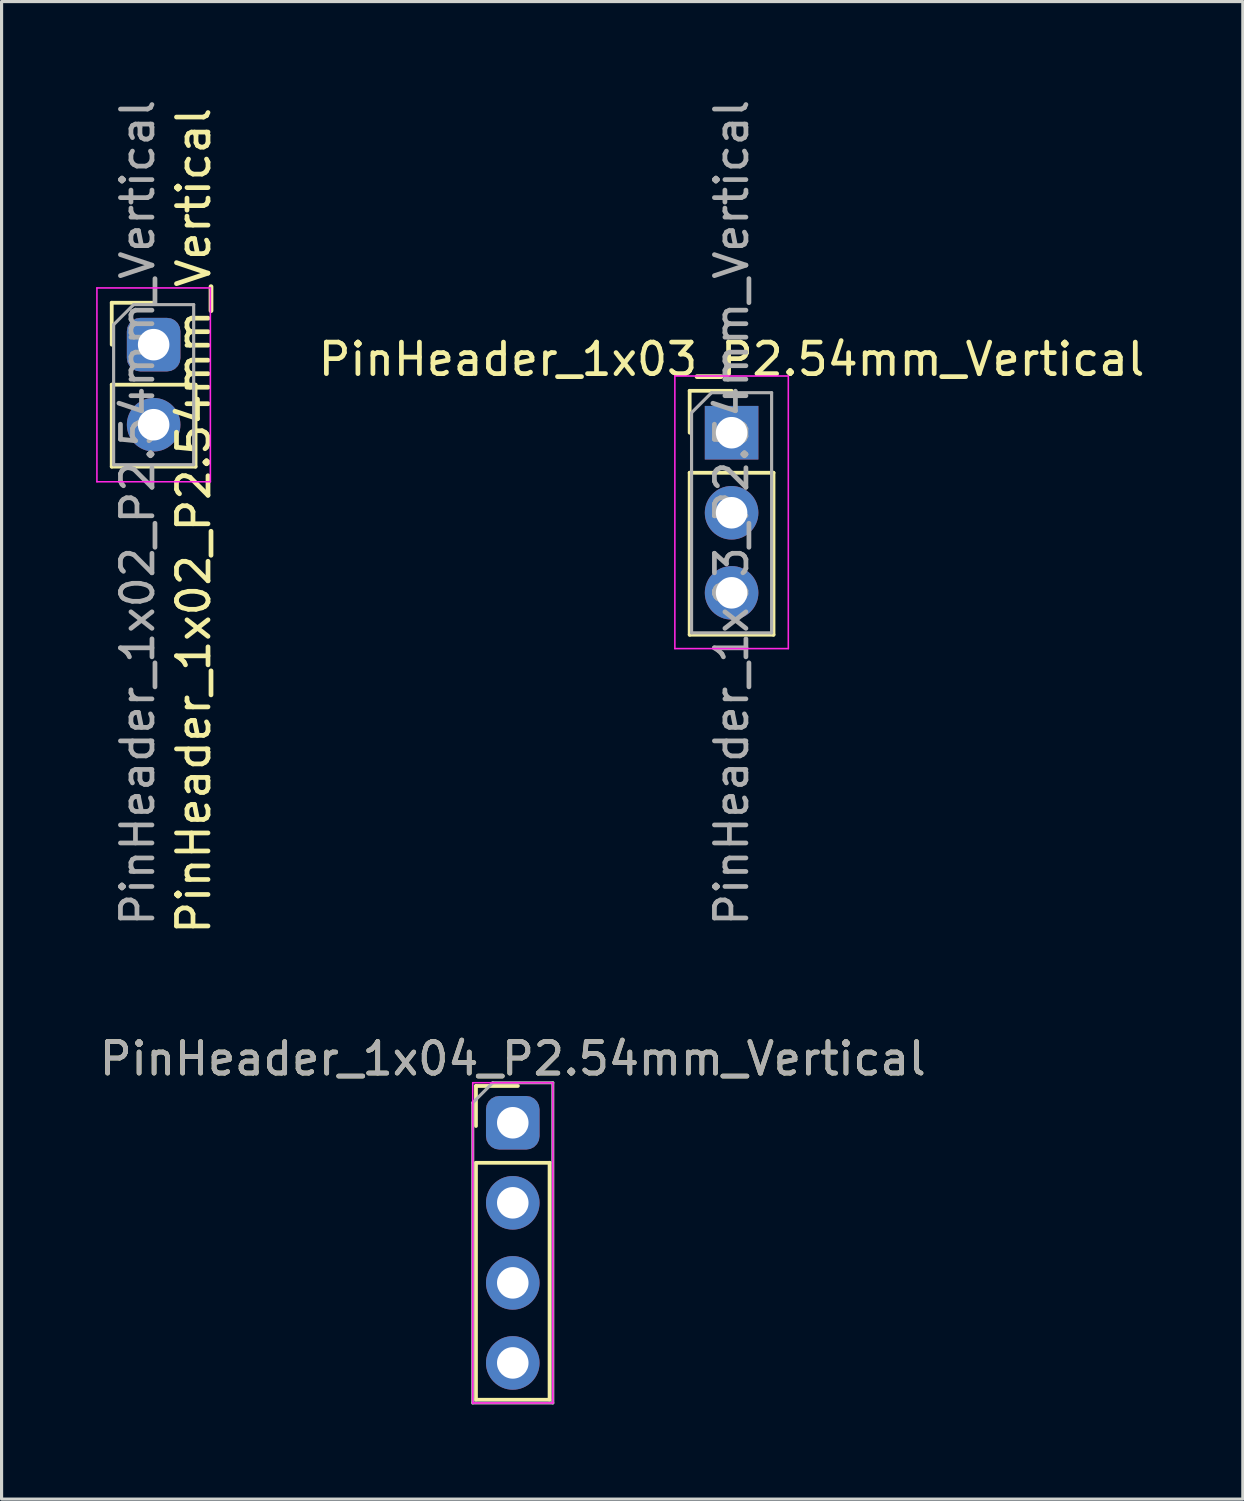
<source format=kicad_pcb>
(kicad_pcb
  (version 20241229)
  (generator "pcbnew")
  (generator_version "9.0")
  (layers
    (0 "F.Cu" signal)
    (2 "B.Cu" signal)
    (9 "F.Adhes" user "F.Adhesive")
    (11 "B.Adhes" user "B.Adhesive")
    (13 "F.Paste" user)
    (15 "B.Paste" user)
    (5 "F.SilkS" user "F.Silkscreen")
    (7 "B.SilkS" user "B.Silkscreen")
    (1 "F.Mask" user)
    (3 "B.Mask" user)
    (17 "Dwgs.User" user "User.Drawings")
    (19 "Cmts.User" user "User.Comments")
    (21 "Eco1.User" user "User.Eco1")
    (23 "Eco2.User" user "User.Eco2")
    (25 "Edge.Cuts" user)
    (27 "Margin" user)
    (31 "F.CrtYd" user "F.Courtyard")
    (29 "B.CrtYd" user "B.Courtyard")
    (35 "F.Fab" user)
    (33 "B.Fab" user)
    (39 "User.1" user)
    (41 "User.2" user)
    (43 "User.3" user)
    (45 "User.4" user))
  (footprint "PinHeader_1x03_P2.54mm_Vertical"
    (layer "F.Cu")
    (at 20.163 10.68)
    (property "Reference" "PinHeader_1x03_P2.54mm_Vertical" (at 0 -2.33 0) (layer "F.SilkS") (effects (font (size 1 1) (thickness 0.15))))
    (attr through_hole)
    (fp_line (start -1.33 -1.33) (end 0 -1.33) (stroke (width 0.12) (type solid)) (layer "F.SilkS"))
    (fp_line (start -1.33 0) (end -1.33 -1.33) (stroke (width 0.12) (type solid)) (layer "F.SilkS"))
    (fp_line (start -1.33 1.27) (end -1.33 6.41) (stroke (width 0.12) (type solid)) (layer "F.SilkS"))
    (fp_line (start -1.33 1.27) (end 1.33 1.27) (stroke (width 0.12) (type solid)) (layer "F.SilkS"))
    (fp_line (start -1.33 6.41) (end 1.33 6.41) (stroke (width 0.12) (type solid)) (layer "F.SilkS"))
    (fp_line (start 1.33 1.27) (end 1.33 6.41) (stroke (width 0.12) (type solid)) (layer "F.SilkS"))
    (fp_line (start -1.8 -1.8) (end -1.8 6.85) (stroke (width 0.05) (type solid)) (layer "F.CrtYd"))
    (fp_line (start -1.8 6.85) (end 1.8 6.85) (stroke (width 0.05) (type solid)) (layer "F.CrtYd"))
    (fp_line (start 1.8 -1.8) (end -1.8 -1.8) (stroke (width 0.05) (type solid)) (layer "F.CrtYd"))
    (fp_line (start 1.8 6.85) (end 1.8 -1.8) (stroke (width 0.05) (type solid)) (layer "F.CrtYd"))
    (fp_line (start -1.27 -0.635) (end -0.635 -1.27) (stroke (width 0.1) (type solid)) (layer "F.Fab"))
    (fp_line (start -1.27 6.35) (end -1.27 -0.635) (stroke (width 0.1) (type solid)) (layer "F.Fab"))
    (fp_line (start -0.635 -1.27) (end 1.27 -1.27) (stroke (width 0.1) (type solid)) (layer "F.Fab"))
    (fp_line (start 1.27 -1.27) (end 1.27 6.35) (stroke (width 0.1) (type solid)) (layer "F.Fab"))
    (fp_line (start 1.27 6.35) (end -1.27 6.35) (stroke (width 0.1) (type solid)) (layer "F.Fab"))
    (fp_text user "${REFERENCE}" (at 0 2.54 90) (layer "F.Fab") (effects (font (size 1 1) (thickness 0.15))))
    (pad "1" thru_hole rect (at 0 0) (size 1.7 1.7) (drill 1) (layers "*.Cu" "*.Mask"))
    (pad "2" thru_hole oval (at 0 2.54) (size 1.7 1.7) (drill 1) (layers "*.Cu" "*.Mask"))
    (pad "3" thru_hole oval (at 0 5.08) (size 1.7 1.7) (drill 1) (layers "*.Cu" "*.Mask")))
  (footprint "PinHeader_1x04_P2.54mm_Vertical"
    (layer "F.Cu")
    (at 13.22 32.575)
    (property "Reference" "PinHeader_1x04_P2.54mm_Vertical" (at 0 -2.032 0) (layer "F.SilkS") (effects (font (size 1 1) (thickness 0.15))))
    (attr through_hole)
    (fp_line (start -1.168 -1.168) (end 0.162 -1.168) (stroke (width 0.12) (type solid)) (layer "F.SilkS"))
    (fp_line (start -1.168 0.102) (end -1.168 -1.168) (stroke (width 0.12) (type solid)) (layer "F.SilkS"))
    (fp_line (start -1.168 1.27) (end -1.168 8.788) (stroke (width 0.12) (type solid)) (layer "F.SilkS"))
    (fp_line (start -1.168 1.27) (end 1.168 1.27) (stroke (width 0.12) (type solid)) (layer "F.SilkS"))
    (fp_line (start -1.168 8.788) (end 1.168 8.788) (stroke (width 0.12) (type solid)) (layer "F.SilkS"))
    (fp_line (start 1.168 1.27) (end 1.168 8.788) (stroke (width 0.12) (type solid)) (layer "F.SilkS"))
    (fp_line (start -1.27 -1.27) (end -1.27 8.89) (stroke (width 0.05) (type solid)) (layer "F.CrtYd"))
    (fp_line (start -1.27 8.89) (end 1.27 8.89) (stroke (width 0.05) (type solid)) (layer "F.CrtYd"))
    (fp_line (start 1.27 -1.27) (end -1.27 -1.27) (stroke (width 0.05) (type solid)) (layer "F.CrtYd"))
    (fp_line (start 1.27 8.89) (end 1.27 -1.27) (stroke (width 0.05) (type solid)) (layer "F.CrtYd"))
    (fp_line (start -1.27 -0.635) (end -0.635 -1.27) (stroke (width 0.1) (type solid)) (layer "F.Fab"))
    (fp_line (start -1.27 8.89) (end -1.27 -0.635) (stroke (width 0.1) (type solid)) (layer "F.Fab"))
    (fp_line (start -0.635 -1.27) (end 1.27 -1.27) (stroke (width 0.1) (type solid)) (layer "F.Fab"))
    (fp_line (start 1.27 -1.27) (end 1.27 8.89) (stroke (width 0.1) (type solid)) (layer "F.Fab"))
    (fp_line (start 1.27 8.89) (end -1.27 8.89) (stroke (width 0.1) (type solid)) (layer "F.Fab"))
    (fp_text user "${REFERENCE}" (at 0 -2.032 0) (layer "F.Fab") (effects (font (size 1 1) (thickness 0.15))))
    (pad "1" thru_hole roundrect (at 0 0) (size 1.7 1.7) (drill 1) (layers "*.Cu" "*.Mask") (roundrect_rratio 0.25))
    (pad "2" thru_hole oval (at 0 2.54) (size 1.7 1.7) (drill 1) (layers "*.Cu" "*.Mask"))
    (pad "3" thru_hole oval (at 0 5.08) (size 1.7 1.7) (drill 1) (layers "*.Cu" "*.Mask"))
    (pad "4" thru_hole oval (at 0 7.62) (size 1.7 1.7) (drill 1) (layers "*.Cu" "*.Mask")))
  (footprint "PinHeader_1x02_P2.54mm_Vertical"
    (layer "F.Cu")
    (at 1.825 7.886)
    (property "Reference" "PinHeader_1x02_P2.54mm_Vertical" (at 1.27 5.588 90) (layer "F.SilkS") (effects (font (size 1 1) (thickness 0.15))))
    (attr through_hole)
    (fp_line (start -1.33 -1.33) (end 0 -1.33) (stroke (width 0.12) (type solid)) (layer "F.SilkS"))
    (fp_line (start -1.33 0) (end -1.33 -1.33) (stroke (width 0.12) (type solid)) (layer "F.SilkS"))
    (fp_line (start -1.33 1.27) (end -1.33 3.87) (stroke (width 0.12) (type solid)) (layer "F.SilkS"))
    (fp_line (start -1.33 1.27) (end 1.33 1.27) (stroke (width 0.12) (type solid)) (layer "F.SilkS"))
    (fp_line (start -1.33 3.87) (end 1.33 3.87) (stroke (width 0.12) (type solid)) (layer "F.SilkS"))
    (fp_line (start 1.33 1.27) (end 1.33 3.87) (stroke (width 0.12) (type solid)) (layer "F.SilkS"))
    (fp_line (start -1.8 -1.8) (end -1.8 4.35) (stroke (width 0.05) (type solid)) (layer "F.CrtYd"))
    (fp_line (start -1.8 4.35) (end 1.8 4.35) (stroke (width 0.05) (type solid)) (layer "F.CrtYd"))
    (fp_line (start 1.8 -1.8) (end -1.8 -1.8) (stroke (width 0.05) (type solid)) (layer "F.CrtYd"))
    (fp_line (start 1.8 4.35) (end 1.8 -1.8) (stroke (width 0.05) (type solid)) (layer "F.CrtYd"))
    (fp_line (start -1.27 -0.635) (end -0.635 -1.27) (stroke (width 0.1) (type solid)) (layer "F.Fab"))
    (fp_line (start -1.27 3.81) (end -1.27 -0.635) (stroke (width 0.1) (type solid)) (layer "F.Fab"))
    (fp_line (start -0.635 -1.27) (end 1.27 -1.27) (stroke (width 0.1) (type solid)) (layer "F.Fab"))
    (fp_line (start 1.27 -1.27) (end 1.27 3.81) (stroke (width 0.1) (type solid)) (layer "F.Fab"))
    (fp_line (start 1.27 3.81) (end -1.27 3.81) (stroke (width 0.1) (type solid)) (layer "F.Fab"))
    (fp_text user "${REFERENCE}" (at -0.508 5.334 90) (layer "F.Fab") (effects (font (size 1 1) (thickness 0.15))))
    (pad "1" thru_hole roundrect (at 0 0 180) (size 1.7 1.7) (drill 1) (layers "*.Cu" "*.Mask") (roundrect_rratio 0.25))
    (pad "2" thru_hole oval (at 0 2.54 180) (size 1.7 1.7) (drill 1) (layers "*.Cu" "*.Mask")))
  (gr_rect
    (start -3 -3)
    (end 36.384 44.515)
    (stroke (width 0.1) (type default))
    (fill no)
    (layer "Edge.Cuts")))
</source>
